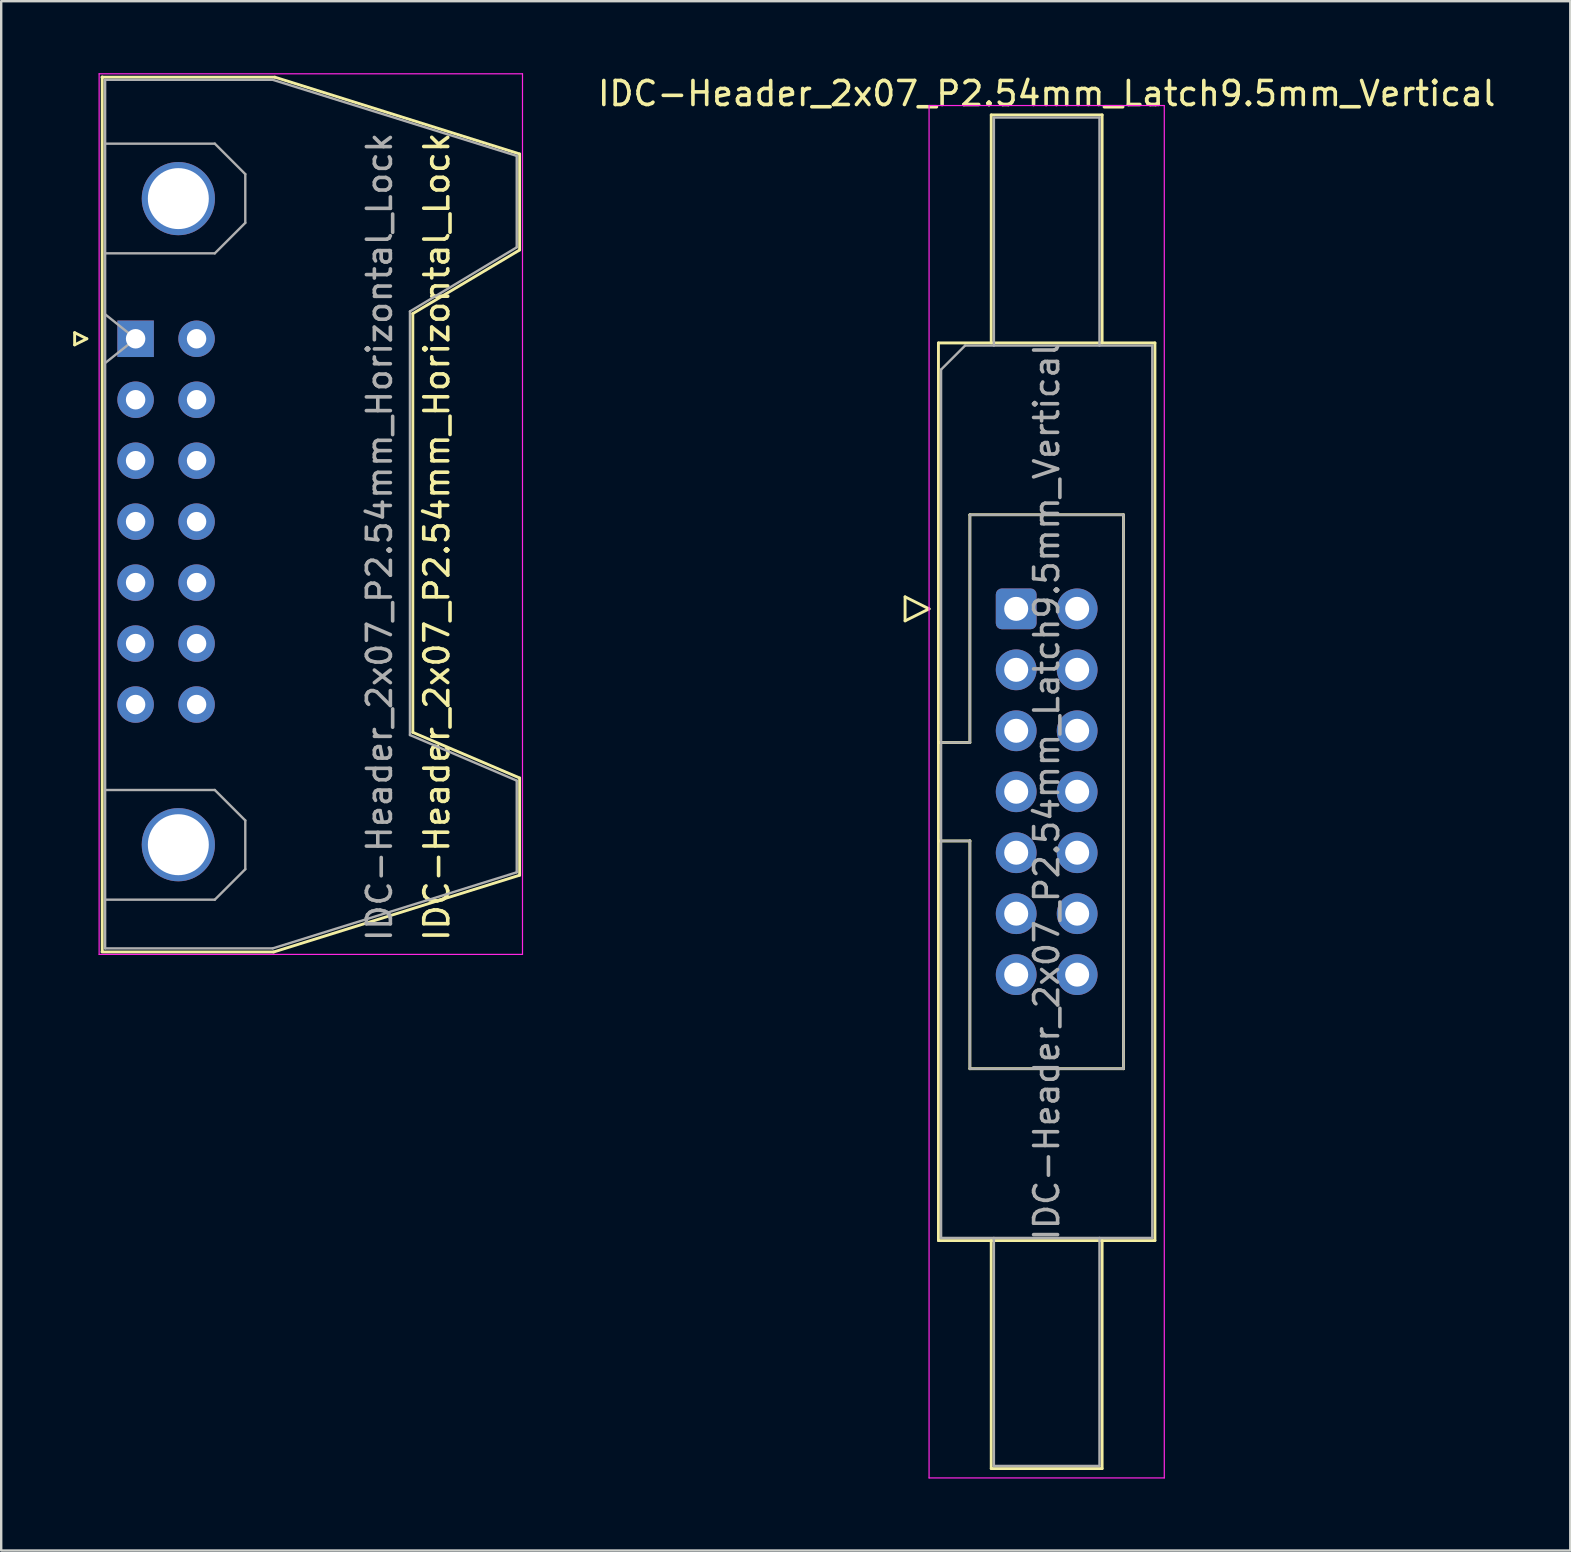
<source format=kicad_pcb>
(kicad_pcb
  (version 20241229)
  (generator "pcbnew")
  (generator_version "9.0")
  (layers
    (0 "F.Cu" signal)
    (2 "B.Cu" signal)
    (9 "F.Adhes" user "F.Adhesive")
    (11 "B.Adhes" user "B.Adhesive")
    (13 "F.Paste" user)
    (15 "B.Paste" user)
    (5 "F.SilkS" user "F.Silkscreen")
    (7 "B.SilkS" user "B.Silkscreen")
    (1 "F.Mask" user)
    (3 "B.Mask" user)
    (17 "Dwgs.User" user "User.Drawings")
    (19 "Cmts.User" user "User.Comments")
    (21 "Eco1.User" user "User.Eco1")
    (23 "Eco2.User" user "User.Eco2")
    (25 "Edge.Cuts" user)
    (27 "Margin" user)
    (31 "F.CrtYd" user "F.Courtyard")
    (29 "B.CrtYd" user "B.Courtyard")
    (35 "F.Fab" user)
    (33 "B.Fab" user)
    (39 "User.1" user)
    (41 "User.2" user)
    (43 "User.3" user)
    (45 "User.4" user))
  (footprint "IDC-Header_2x07_P2.54mm_Horizontal_Lock"
    (layer "F.Cu")
    (at 2.6 11.065)
    (property "Reference" "IDC-Header_2x07_P2.54mm_Horizontal_Lock" (at 12.55 8.25 90) (layer "F.SilkS") (effects (font (size 1 1) (thickness 0.15))))
    (attr through_hole)
    (fp_line (start -2.54 -0.254) (end -2.54 0.254) (stroke (width 0.12) (type solid)) (layer "F.SilkS"))
    (fp_line (start -2.54 0.254) (end -2.032 0) (stroke (width 0.12) (type solid)) (layer "F.SilkS"))
    (fp_line (start -2.032 0) (end -2.54 -0.254) (stroke (width 0.12) (type solid)) (layer "F.SilkS"))
    (fp_line (start -1.4 25.55) (end 5.75 25.55) (stroke (width 0.12) (type solid)) (layer "F.SilkS"))
    (fp_line (start -1.39 25.52) (end -1.39 -10.91) (stroke (width 0.12) (type solid)) (layer "F.SilkS"))
    (fp_line (start 5.75 25.55) (end 16 22.35) (stroke (width 0.12) (type solid)) (layer "F.SilkS"))
    (fp_line (start 5.8 -10.9) (end -1.4 -10.9) (stroke (width 0.12) (type solid)) (layer "F.SilkS"))
    (fp_line (start 11.55 -1.05) (end 16 -3.7) (stroke (width 0.12) (type solid)) (layer "F.SilkS"))
    (fp_line (start 11.55 16.4) (end 11.55 -1.05) (stroke (width 0.12) (type solid)) (layer "F.SilkS"))
    (fp_line (start 16 -7.7) (end 5.8 -10.9) (stroke (width 0.12) (type solid)) (layer "F.SilkS"))
    (fp_line (start 16 -3.7) (end 16 -7.7) (stroke (width 0.12) (type solid)) (layer "F.SilkS"))
    (fp_line (start 16 18.3) (end 11.55 16.4) (stroke (width 0.12) (type solid)) (layer "F.SilkS"))
    (fp_line (start 16 22.35) (end 16 18.3) (stroke (width 0.12) (type solid)) (layer "F.SilkS"))
    (fp_line (start -1.52 25.65) (end -1.52 -11.04) (stroke (width 0.05) (type solid)) (layer "F.CrtYd"))
    (fp_line (start -1.52 25.65) (end 16.12 25.65) (stroke (width 0.05) (type solid)) (layer "F.CrtYd"))
    (fp_line (start 16.12 -11.04) (end -1.52 -11.04) (stroke (width 0.05) (type solid)) (layer "F.CrtYd"))
    (fp_line (start 16.12 -11.04) (end 16.12 25.65) (stroke (width 0.05) (type solid)) (layer "F.CrtYd"))
    (fp_line (start -1.27 -10.79) (end 5.71 -10.79) (stroke (width 0.1) (type solid)) (layer "F.Fab"))
    (fp_line (start -1.27 -8.13) (end 3.3 -8.13) (stroke (width 0.1) (type solid)) (layer "F.Fab"))
    (fp_line (start -1.27 18.8) (end 3.3 18.8) (stroke (width 0.1) (type solid)) (layer "F.Fab"))
    (fp_line (start -1.27 25.4) (end -1.27 -10.79) (stroke (width 0.1) (type solid)) (layer "F.Fab"))
    (fp_line (start -1.27 25.4) (end 5.71 25.4) (stroke (width 0.1) (type solid)) (layer "F.Fab"))
    (fp_line (start -1.268 -1.02) (end 0 0) (stroke (width 0.1) (type solid)) (layer "F.Fab"))
    (fp_line (start 0 0) (end -1.268 1.01) (stroke (width 0.1) (type solid)) (layer "F.Fab"))
    (fp_line (start 3.3 -8.13) (end 4.57 -6.86) (stroke (width 0.1) (type solid)) (layer "F.Fab"))
    (fp_line (start 3.3 -3.56) (end -1.27 -3.56) (stroke (width 0.1) (type solid)) (layer "F.Fab"))
    (fp_line (start 3.3 18.8) (end 4.57 20.07) (stroke (width 0.1) (type solid)) (layer "F.Fab"))
    (fp_line (start 3.3 23.37) (end -1.27 23.37) (stroke (width 0.1) (type solid)) (layer "F.Fab"))
    (fp_line (start 4.57 -6.86) (end 4.57 -4.83) (stroke (width 0.1) (type solid)) (layer "F.Fab"))
    (fp_line (start 4.57 -4.83) (end 3.3 -3.56) (stroke (width 0.1) (type solid)) (layer "F.Fab"))
    (fp_line (start 4.57 20.07) (end 4.57 22.1) (stroke (width 0.1) (type solid)) (layer "F.Fab"))
    (fp_line (start 4.57 22.1) (end 3.3 23.37) (stroke (width 0.1) (type solid)) (layer "F.Fab"))
    (fp_line (start 5.71 -10.79) (end 15.88 -7.62) (stroke (width 0.1) (type solid)) (layer "F.Fab"))
    (fp_line (start 5.71 25.4) (end 15.88 22.23) (stroke (width 0.1) (type solid)) (layer "F.Fab"))
    (fp_line (start 11.43 16.51) (end 11.43 -1.14) (stroke (width 0.1) (type solid)) (layer "F.Fab"))
    (fp_line (start 15.88 -7.62) (end 15.88 -3.81) (stroke (width 0.1) (type solid)) (layer "F.Fab"))
    (fp_line (start 15.88 -3.81) (end 11.43 -1.14) (stroke (width 0.1) (type solid)) (layer "F.Fab"))
    (fp_line (start 15.88 18.41) (end 11.43 16.51) (stroke (width 0.1) (type solid)) (layer "F.Fab"))
    (fp_line (start 15.88 22.23) (end 15.88 18.41) (stroke (width 0.1) (type solid)) (layer "F.Fab"))
    (fp_text user "${REFERENCE}" (at 10.16 8.255 90) (layer "F.Fab") (effects (font (size 1 1) (thickness 0.15))))
    (pad "" thru_hole circle (at 1.78 -5.84 90) (size 3.05 3.05) (drill 2.54) (layers "*.Cu" "*.Mask"))
    (pad "" thru_hole circle (at 1.78 21.08 90) (size 3.05 3.05) (drill 2.54) (layers "*.Cu" "*.Mask"))
    (pad "1" thru_hole rect (at 0 0 90) (size 1.52 1.52) (drill 0.81) (layers "*.Cu" "*.Mask"))
    (pad "2" thru_hole circle (at 2.54 0 90) (size 1.52 1.52) (drill 0.81) (layers "*.Cu" "*.Mask"))
    (pad "3" thru_hole circle (at 0 2.54 90) (size 1.52 1.52) (drill 0.81) (layers "*.Cu" "*.Mask"))
    (pad "4" thru_hole circle (at 2.54 2.54 90) (size 1.52 1.52) (drill 0.81) (layers "*.Cu" "*.Mask"))
    (pad "5" thru_hole circle (at 0 5.08 90) (size 1.52 1.52) (drill 0.81) (layers "*.Cu" "*.Mask"))
    (pad "6" thru_hole circle (at 2.54 5.08 90) (size 1.52 1.52) (drill 0.81) (layers "*.Cu" "*.Mask"))
    (pad "7" thru_hole circle (at 0 7.62 90) (size 1.52 1.52) (drill 0.81) (layers "*.Cu" "*.Mask"))
    (pad "8" thru_hole circle (at 2.54 7.62 90) (size 1.52 1.52) (drill 0.81) (layers "*.Cu" "*.Mask"))
    (pad "9" thru_hole circle (at 0 10.16 90) (size 1.52 1.52) (drill 0.81) (layers "*.Cu" "*.Mask"))
    (pad "10" thru_hole circle (at 2.54 10.16 90) (size 1.52 1.52) (drill 0.81) (layers "*.Cu" "*.Mask"))
    (pad "11" thru_hole circle (at 0 12.7 90) (size 1.52 1.52) (drill 0.81) (layers "*.Cu" "*.Mask"))
    (pad "12" thru_hole circle (at 2.54 12.7 90) (size 1.52 1.52) (drill 0.81) (layers "*.Cu" "*.Mask"))
    (pad "13" thru_hole circle (at 0 15.24 90) (size 1.52 1.52) (drill 0.81) (layers "*.Cu" "*.Mask"))
    (pad "14" thru_hole circle (at 2.54 15.24 90) (size 1.52 1.52) (drill 0.81) (layers "*.Cu" "*.Mask")))
  (footprint "IDC-Header_2x07_P2.54mm_Latch9.5mm_Vertical"
    (layer "F.Cu")
    (at 39.29 22.318)
    (property "Reference" "IDC-Header_2x07_P2.54mm_Latch9.5mm_Vertical" (at 1.27 -21.47 0) (layer "F.SilkS") (effects (font (size 1 1) (thickness 0.15))))
    (attr through_hole)
    (fp_line (start -4.63 -0.5) (end -4.63 0.5) (stroke (width 0.12) (type solid)) (layer "F.SilkS"))
    (fp_line (start -4.63 0.5) (end -3.63 0) (stroke (width 0.12) (type solid)) (layer "F.SilkS"))
    (fp_line (start -3.63 0) (end -4.63 -0.5) (stroke (width 0.12) (type solid)) (layer "F.SilkS"))
    (fp_line (start -3.24 -11.08) (end 5.78 -11.08) (stroke (width 0.12) (type solid)) (layer "F.SilkS"))
    (fp_line (start -3.24 5.57) (end -1.93 5.57) (stroke (width 0.12) (type solid)) (layer "F.SilkS"))
    (fp_line (start -3.24 26.32) (end -3.24 -11.08) (stroke (width 0.12) (type solid)) (layer "F.SilkS"))
    (fp_line (start -1.93 -3.92) (end 4.47 -3.92) (stroke (width 0.12) (type solid)) (layer "F.SilkS"))
    (fp_line (start -1.93 5.57) (end -1.93 -3.92) (stroke (width 0.12) (type solid)) (layer "F.SilkS"))
    (fp_line (start -1.93 9.67) (end -3.24 9.67) (stroke (width 0.12) (type solid)) (layer "F.SilkS"))
    (fp_line (start -1.93 9.67) (end -1.93 9.67) (stroke (width 0.12) (type solid)) (layer "F.SilkS"))
    (fp_line (start -1.93 19.16) (end -1.93 9.67) (stroke (width 0.12) (type solid)) (layer "F.SilkS"))
    (fp_line (start -1.04 -20.58) (end 3.58 -20.58) (stroke (width 0.12) (type solid)) (layer "F.SilkS"))
    (fp_line (start -1.04 -11.08) (end -1.04 -20.58) (stroke (width 0.12) (type solid)) (layer "F.SilkS"))
    (fp_line (start -1.04 26.32) (end -1.04 35.82) (stroke (width 0.12) (type solid)) (layer "F.SilkS"))
    (fp_line (start -1.04 35.82) (end 3.58 35.82) (stroke (width 0.12) (type solid)) (layer "F.SilkS"))
    (fp_line (start 3.58 -20.58) (end 3.58 -11.08) (stroke (width 0.12) (type solid)) (layer "F.SilkS"))
    (fp_line (start 3.58 35.82) (end 3.58 26.32) (stroke (width 0.12) (type solid)) (layer "F.SilkS"))
    (fp_line (start 4.47 -3.92) (end 4.47 19.16) (stroke (width 0.12) (type solid)) (layer "F.SilkS"))
    (fp_line (start 4.47 19.16) (end -1.93 19.16) (stroke (width 0.12) (type solid)) (layer "F.SilkS"))
    (fp_line (start 5.78 -11.08) (end 5.78 26.32) (stroke (width 0.12) (type solid)) (layer "F.SilkS"))
    (fp_line (start 5.78 26.32) (end -3.24 26.32) (stroke (width 0.12) (type solid)) (layer "F.SilkS"))
    (fp_line (start -3.63 -20.97) (end -3.63 36.21) (stroke (width 0.05) (type solid)) (layer "F.CrtYd"))
    (fp_line (start -3.63 36.21) (end 6.17 36.21) (stroke (width 0.05) (type solid)) (layer "F.CrtYd"))
    (fp_line (start 6.17 -20.97) (end -3.63 -20.97) (stroke (width 0.05) (type solid)) (layer "F.CrtYd"))
    (fp_line (start 6.17 36.21) (end 6.17 -20.97) (stroke (width 0.05) (type solid)) (layer "F.CrtYd"))
    (fp_line (start -3.13 -9.97) (end -2.13 -10.97) (stroke (width 0.1) (type solid)) (layer "F.Fab"))
    (fp_line (start -3.13 5.57) (end -1.93 5.57) (stroke (width 0.1) (type solid)) (layer "F.Fab"))
    (fp_line (start -3.13 26.21) (end -3.13 -9.97) (stroke (width 0.1) (type solid)) (layer "F.Fab"))
    (fp_line (start -2.13 -10.97) (end 5.67 -10.97) (stroke (width 0.1) (type solid)) (layer "F.Fab"))
    (fp_line (start -1.93 -3.92) (end 4.47 -3.92) (stroke (width 0.1) (type solid)) (layer "F.Fab"))
    (fp_line (start -1.93 5.57) (end -1.93 -3.92) (stroke (width 0.1) (type solid)) (layer "F.Fab"))
    (fp_line (start -1.93 9.67) (end -3.13 9.67) (stroke (width 0.1) (type solid)) (layer "F.Fab"))
    (fp_line (start -1.93 9.67) (end -1.93 9.67) (stroke (width 0.1) (type solid)) (layer "F.Fab"))
    (fp_line (start -1.93 19.16) (end -1.93 9.67) (stroke (width 0.1) (type solid)) (layer "F.Fab"))
    (fp_line (start -0.93 -20.47) (end 3.47 -20.47) (stroke (width 0.1) (type solid)) (layer "F.Fab"))
    (fp_line (start -0.93 -10.97) (end -0.93 -20.47) (stroke (width 0.1) (type solid)) (layer "F.Fab"))
    (fp_line (start -0.93 26.21) (end -0.93 35.71) (stroke (width 0.1) (type solid)) (layer "F.Fab"))
    (fp_line (start -0.93 35.71) (end 3.47 35.71) (stroke (width 0.1) (type solid)) (layer "F.Fab"))
    (fp_line (start 3.47 -20.47) (end 3.47 -10.97) (stroke (width 0.1) (type solid)) (layer "F.Fab"))
    (fp_line (start 3.47 35.71) (end 3.47 26.21) (stroke (width 0.1) (type solid)) (layer "F.Fab"))
    (fp_line (start 4.47 -3.92) (end 4.47 19.16) (stroke (width 0.1) (type solid)) (layer "F.Fab"))
    (fp_line (start 4.47 19.16) (end -1.93 19.16) (stroke (width 0.1) (type solid)) (layer "F.Fab"))
    (fp_line (start 5.67 -10.97) (end 5.67 26.21) (stroke (width 0.1) (type solid)) (layer "F.Fab"))
    (fp_line (start 5.67 26.21) (end -3.13 26.21) (stroke (width 0.1) (type solid)) (layer "F.Fab"))
    (fp_text user "${REFERENCE}" (at 1.27 7.62 90) (layer "F.Fab") (effects (font (size 1 1) (thickness 0.15))))
    (pad "1" thru_hole roundrect (at 0 0) (size 1.7 1.7) (drill 1) (layers "*.Cu" "*.Mask") (roundrect_rratio 0.147))
    (pad "2" thru_hole circle (at 2.54 0) (size 1.7 1.7) (drill 1) (layers "*.Cu" "*.Mask"))
    (pad "3" thru_hole circle (at 0 2.54) (size 1.7 1.7) (drill 1) (layers "*.Cu" "*.Mask"))
    (pad "4" thru_hole circle (at 2.54 2.54) (size 1.7 1.7) (drill 1) (layers "*.Cu" "*.Mask"))
    (pad "5" thru_hole circle (at 0 5.08) (size 1.7 1.7) (drill 1) (layers "*.Cu" "*.Mask"))
    (pad "6" thru_hole circle (at 2.54 5.08) (size 1.7 1.7) (drill 1) (layers "*.Cu" "*.Mask"))
    (pad "7" thru_hole circle (at 0 7.62) (size 1.7 1.7) (drill 1) (layers "*.Cu" "*.Mask"))
    (pad "8" thru_hole circle (at 2.54 7.62) (size 1.7 1.7) (drill 1) (layers "*.Cu" "*.Mask"))
    (pad "9" thru_hole circle (at 0 10.16) (size 1.7 1.7) (drill 1) (layers "*.Cu" "*.Mask"))
    (pad "10" thru_hole circle (at 2.54 10.16) (size 1.7 1.7) (drill 1) (layers "*.Cu" "*.Mask"))
    (pad "11" thru_hole circle (at 0 12.7) (size 1.7 1.7) (drill 1) (layers "*.Cu" "*.Mask"))
    (pad "12" thru_hole circle (at 2.54 12.7) (size 1.7 1.7) (drill 1) (layers "*.Cu" "*.Mask"))
    (pad "13" thru_hole circle (at 0 15.24) (size 1.7 1.7) (drill 1) (layers "*.Cu" "*.Mask"))
    (pad "14" thru_hole circle (at 2.54 15.24) (size 1.7 1.7) (drill 1) (layers "*.Cu" "*.Mask")))
  (gr_rect
    (start -3 -3)
    (end 62.376 61.553)
    (stroke (width 0.1) (type default))
    (fill no)
    (layer "Edge.Cuts")))
</source>
